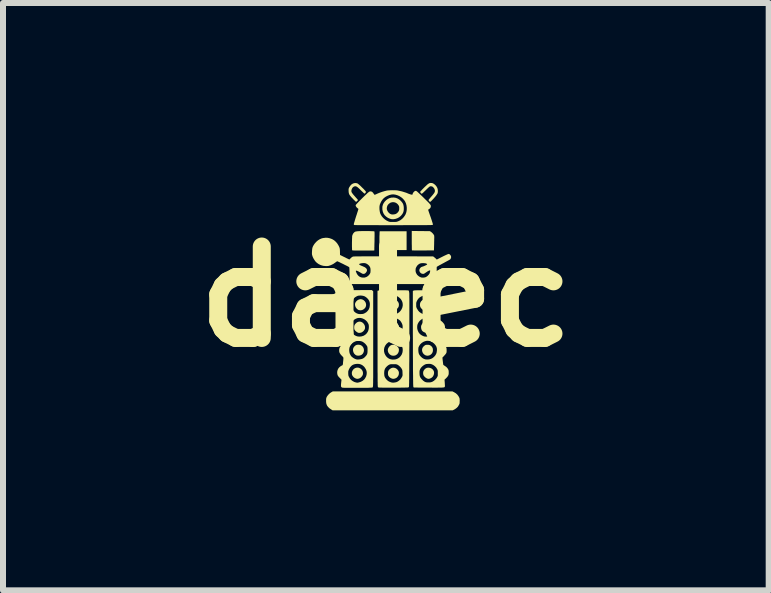
<source format=kicad_pcb>
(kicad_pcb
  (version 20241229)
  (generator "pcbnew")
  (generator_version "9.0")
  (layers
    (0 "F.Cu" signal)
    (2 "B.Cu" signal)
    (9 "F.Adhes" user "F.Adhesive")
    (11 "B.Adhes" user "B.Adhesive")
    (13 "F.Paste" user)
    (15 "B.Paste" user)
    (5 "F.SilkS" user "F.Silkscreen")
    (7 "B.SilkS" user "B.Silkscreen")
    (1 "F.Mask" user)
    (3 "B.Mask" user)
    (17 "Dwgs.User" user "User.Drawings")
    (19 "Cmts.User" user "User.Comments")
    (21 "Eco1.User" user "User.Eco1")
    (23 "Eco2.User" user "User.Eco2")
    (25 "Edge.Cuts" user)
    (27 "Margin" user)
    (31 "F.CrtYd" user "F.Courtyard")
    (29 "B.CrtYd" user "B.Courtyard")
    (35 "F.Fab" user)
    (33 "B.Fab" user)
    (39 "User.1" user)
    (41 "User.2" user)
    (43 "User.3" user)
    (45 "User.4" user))
  (footprint "dalec"
    (layer "F.Cu")
    (at 3.382 1.894)
    (property "Reference" "dalec" (at 0 0 0) (layer "F.SilkS") (effects (font (size 1.524 1.524) (thickness 0.3))))
    (attr board_only exclude_from_pos_files exclude_from_bom)
    (fp_poly (pts (xy -0.449 1.187) (xy -0.427 1.197) (xy -0.409 1.211) (xy -0.394 1.23) (xy -0.385 1.25) (xy -0.381 1.272) (xy -0.382 1.295) (xy -0.389 1.314) (xy -0.401 1.332) (xy -0.417 1.349) (xy -0.435 1.361) (xy -0.447 1.366) (xy -0.464 1.37) (xy -0.478 1.371) (xy -0.493 1.368) (xy -0.5 1.366) (xy -0.517 1.358) (xy -0.534 1.346) (xy -0.549 1.33) (xy -0.559 1.314) (xy -0.563 1.307) (xy -0.567 1.283) (xy -0.566 1.26) (xy -0.558 1.238) (xy -0.546 1.219) (xy -0.53 1.203) (xy -0.511 1.192) (xy -0.489 1.185) (xy -0.466 1.184)) (stroke (width 0) (type solid)) (fill yes) (layer "F.SilkS"))
    (fp_poly (pts (xy 0.145 0.805) (xy 0.163 0.812) (xy 0.181 0.823) (xy 0.19 0.831) (xy 0.205 0.847) (xy 0.213 0.861) (xy 0.217 0.877) (xy 0.218 0.888) (xy 0.215 0.915) (xy 0.206 0.938) (xy 0.192 0.958) (xy 0.173 0.973) (xy 0.167 0.977) (xy 0.146 0.984) (xy 0.123 0.986) (xy 0.101 0.983) (xy 0.087 0.978) (xy 0.065 0.964) (xy 0.048 0.944) (xy 0.04 0.929) (xy 0.033 0.906) (xy 0.033 0.883) (xy 0.04 0.86) (xy 0.053 0.839) (xy 0.06 0.831) (xy 0.078 0.815) (xy 0.096 0.806) (xy 0.117 0.803) (xy 0.123 0.803)) (stroke (width 0) (type solid)) (fill yes) (layer "F.SilkS"))
    (fp_poly (pts (xy -0.437 0.804) (xy -0.418 0.81) (xy -0.401 0.82) (xy -0.395 0.825) (xy -0.38 0.843) (xy -0.37 0.864) (xy -0.365 0.887) (xy -0.366 0.91) (xy -0.373 0.932) (xy -0.384 0.952) (xy -0.401 0.968) (xy -0.409 0.973) (xy -0.422 0.979) (xy -0.439 0.983) (xy -0.458 0.985) (xy -0.475 0.984) (xy -0.486 0.982) (xy -0.495 0.978) (xy -0.506 0.972) (xy -0.509 0.969) (xy -0.527 0.952) (xy -0.539 0.931) (xy -0.546 0.908) (xy -0.548 0.885) (xy -0.544 0.862) (xy -0.533 0.841) (xy -0.528 0.835) (xy -0.51 0.817) (xy -0.489 0.806) (xy -0.466 0.802) (xy -0.461 0.802)) (stroke (width 0) (type solid)) (fill yes) (layer "F.SilkS"))
    (fp_poly (pts (xy -0.411 0.044) (xy -0.388 0.05) (xy -0.367 0.062) (xy -0.35 0.079) (xy -0.338 0.098) (xy -0.334 0.108) (xy -0.329 0.134) (xy -0.331 0.158) (xy -0.34 0.18) (xy -0.351 0.195) (xy -0.371 0.212) (xy -0.394 0.224) (xy -0.419 0.229) (xy -0.445 0.226) (xy -0.453 0.224) (xy -0.464 0.219) (xy -0.476 0.209) (xy -0.489 0.197) (xy -0.499 0.183) (xy -0.505 0.173) (xy -0.509 0.161) (xy -0.513 0.146) (xy -0.514 0.138) (xy -0.514 0.124) (xy -0.512 0.113) (xy -0.507 0.101) (xy -0.505 0.096) (xy -0.491 0.077) (xy -0.473 0.061) (xy -0.452 0.05) (xy -0.43 0.044)) (stroke (width 0) (type solid)) (fill yes) (layer "F.SilkS"))
    (fp_poly (pts (xy 0.143 0.421) (xy 0.165 0.429) (xy 0.185 0.444) (xy 0.192 0.451) (xy 0.208 0.473) (xy 0.216 0.495) (xy 0.218 0.518) (xy 0.212 0.541) (xy 0.209 0.549) (xy 0.2 0.563) (xy 0.187 0.578) (xy 0.172 0.591) (xy 0.157 0.601) (xy 0.153 0.602) (xy 0.135 0.606) (xy 0.116 0.606) (xy 0.101 0.603) (xy 0.088 0.596) (xy 0.073 0.586) (xy 0.058 0.573) (xy 0.047 0.56) (xy 0.045 0.558) (xy 0.036 0.539) (xy 0.033 0.518) (xy 0.035 0.497) (xy 0.042 0.476) (xy 0.054 0.456) (xy 0.07 0.44) (xy 0.09 0.427) (xy 0.096 0.425) (xy 0.12 0.419)) (stroke (width 0) (type solid)) (fill yes) (layer "F.SilkS"))
    (fp_poly (pts (xy 0.146 1.188) (xy 0.168 1.196) (xy 0.187 1.21) (xy 0.202 1.227) (xy 0.213 1.246) (xy 0.218 1.268) (xy 0.218 1.27) (xy 0.216 1.296) (xy 0.208 1.319) (xy 0.194 1.339) (xy 0.177 1.355) (xy 0.155 1.365) (xy 0.153 1.366) (xy 0.134 1.37) (xy 0.118 1.371) (xy 0.102 1.367) (xy 0.094 1.364) (xy 0.074 1.354) (xy 0.057 1.34) (xy 0.045 1.324) (xy 0.041 1.317) (xy 0.036 1.299) (xy 0.035 1.279) (xy 0.036 1.26) (xy 0.04 1.243) (xy 0.042 1.238) (xy 0.055 1.219) (xy 0.072 1.204) (xy 0.092 1.192) (xy 0.112 1.186) (xy 0.123 1.185)) (stroke (width 0) (type solid)) (fill yes) (layer "F.SilkS"))
    (fp_poly (pts (xy 0.708 0.424) (xy 0.731 0.438) (xy 0.749 0.456) (xy 0.761 0.477) (xy 0.767 0.502) (xy 0.768 0.512) (xy 0.765 0.538) (xy 0.757 0.559) (xy 0.743 0.577) (xy 0.722 0.591) (xy 0.721 0.591) (xy 0.71 0.596) (xy 0.698 0.599) (xy 0.684 0.6) (xy 0.676 0.6) (xy 0.661 0.6) (xy 0.65 0.598) (xy 0.64 0.595) (xy 0.629 0.589) (xy 0.61 0.575) (xy 0.597 0.557) (xy 0.59 0.535) (xy 0.588 0.523) (xy 0.587 0.5) (xy 0.591 0.48) (xy 0.6 0.463) (xy 0.605 0.456) (xy 0.622 0.439) (xy 0.643 0.426) (xy 0.664 0.419) (xy 0.687 0.419)) (stroke (width 0) (type solid)) (fill yes) (layer "F.SilkS"))
    (fp_poly (pts (xy 0.71 0.804) (xy 0.722 0.806) (xy 0.732 0.809) (xy 0.74 0.813) (xy 0.76 0.828) (xy 0.774 0.846) (xy 0.783 0.868) (xy 0.785 0.893) (xy 0.782 0.919) (xy 0.78 0.925) (xy 0.77 0.946) (xy 0.754 0.963) (xy 0.736 0.976) (xy 0.714 0.983) (xy 0.692 0.986) (xy 0.67 0.982) (xy 0.657 0.977) (xy 0.635 0.962) (xy 0.618 0.942) (xy 0.608 0.919) (xy 0.604 0.902) (xy 0.604 0.879) (xy 0.61 0.857) (xy 0.623 0.837) (xy 0.642 0.819) (xy 0.65 0.814) (xy 0.659 0.808) (xy 0.667 0.805) (xy 0.678 0.804) (xy 0.693 0.804) (xy 0.694 0.804)) (stroke (width 0) (type solid)) (fill yes) (layer "F.SilkS"))
    (fp_poly (pts (xy 0.346 -0.776) (xy 0.21 -0.776) (xy 0.175 -0.776) (xy 0.138 -0.777) (xy 0.1 -0.777) (xy 0.064 -0.777) (xy 0.032 -0.777) (xy 0.003 -0.778) (xy -0.013 -0.778) (xy -0.04 -0.778) (xy -0.061 -0.778) (xy -0.076 -0.779) (xy -0.087 -0.78) (xy -0.095 -0.781) (xy -0.099 -0.782) (xy -0.102 -0.784) (xy -0.103 -0.785) (xy -0.104 -0.79) (xy -0.105 -0.801) (xy -0.106 -0.817) (xy -0.106 -0.838) (xy -0.107 -0.862) (xy -0.107 -0.888) (xy -0.107 -0.916) (xy -0.107 -0.944) (xy -0.107 -0.972) (xy -0.107 -0.998) (xy -0.106 -1.022) (xy -0.105 -1.043) (xy -0.105 -1.054) (xy -0.103 -1.089) (xy 0.346 -1.089)) (stroke (width 0) (type solid)) (fill yes) (layer "F.SilkS"))
    (fp_poly (pts (xy 0.708 1.185) (xy 0.735 1.188) (xy 0.758 1.197) (xy 0.778 1.211) (xy 0.778 1.212) (xy 0.794 1.232) (xy 0.803 1.254) (xy 0.804 1.277) (xy 0.799 1.302) (xy 0.793 1.316) (xy 0.781 1.336) (xy 0.765 1.351) (xy 0.745 1.362) (xy 0.739 1.365) (xy 0.722 1.37) (xy 0.707 1.371) (xy 0.691 1.367) (xy 0.686 1.365) (xy 0.671 1.357) (xy 0.655 1.345) (xy 0.641 1.331) (xy 0.631 1.317) (xy 0.628 1.313) (xy 0.623 1.295) (xy 0.621 1.275) (xy 0.623 1.255) (xy 0.628 1.239) (xy 0.629 1.237) (xy 0.644 1.215) (xy 0.662 1.199) (xy 0.683 1.188) (xy 0.706 1.185)) (stroke (width 0) (type solid)) (fill yes) (layer "F.SilkS"))
    (fp_poly (pts (xy -0.41 0.422) (xy -0.391 0.432) (xy -0.375 0.446) (xy -0.362 0.463) (xy -0.352 0.483) (xy -0.347 0.504) (xy -0.347 0.527) (xy -0.35 0.538) (xy -0.356 0.552) (xy -0.367 0.568) (xy -0.381 0.582) (xy -0.396 0.593) (xy -0.401 0.596) (xy -0.418 0.602) (xy -0.436 0.605) (xy -0.452 0.605) (xy -0.457 0.604) (xy -0.476 0.596) (xy -0.494 0.583) (xy -0.51 0.569) (xy -0.521 0.553) (xy -0.524 0.548) (xy -0.527 0.533) (xy -0.528 0.515) (xy -0.527 0.495) (xy -0.523 0.478) (xy -0.523 0.478) (xy -0.514 0.462) (xy -0.5 0.446) (xy -0.483 0.431) (xy -0.471 0.425) (xy -0.451 0.418) (xy -0.43 0.417)) (stroke (width 0) (type solid)) (fill yes) (layer "F.SilkS"))
    (fp_poly (pts (xy 0.151 0.049) (xy 0.167 0.057) (xy 0.189 0.071) (xy 0.205 0.09) (xy 0.215 0.112) (xy 0.218 0.136) (xy 0.215 0.162) (xy 0.214 0.164) (xy 0.208 0.178) (xy 0.197 0.193) (xy 0.184 0.207) (xy 0.169 0.218) (xy 0.163 0.222) (xy 0.148 0.226) (xy 0.131 0.228) (xy 0.113 0.228) (xy 0.097 0.226) (xy 0.091 0.224) (xy 0.073 0.213) (xy 0.056 0.196) (xy 0.045 0.183) (xy 0.039 0.173) (xy 0.036 0.165) (xy 0.035 0.156) (xy 0.034 0.143) (xy 0.034 0.139) (xy 0.037 0.114) (xy 0.045 0.092) (xy 0.059 0.074) (xy 0.079 0.059) (xy 0.092 0.052) (xy 0.111 0.045) (xy 0.13 0.044)) (stroke (width 0) (type solid)) (fill yes) (layer "F.SilkS"))
    (fp_poly (pts (xy 0.677 0.046) (xy 0.691 0.049) (xy 0.705 0.057) (xy 0.72 0.068) (xy 0.724 0.072) (xy 0.736 0.086) (xy 0.744 0.099) (xy 0.749 0.115) (xy 0.75 0.135) (xy 0.75 0.139) (xy 0.75 0.154) (xy 0.749 0.164) (xy 0.746 0.173) (xy 0.74 0.182) (xy 0.738 0.184) (xy 0.729 0.196) (xy 0.716 0.209) (xy 0.709 0.214) (xy 0.699 0.221) (xy 0.69 0.225) (xy 0.68 0.227) (xy 0.666 0.228) (xy 0.664 0.228) (xy 0.649 0.228) (xy 0.638 0.227) (xy 0.628 0.224) (xy 0.619 0.22) (xy 0.598 0.205) (xy 0.582 0.187) (xy 0.572 0.165) (xy 0.568 0.142) (xy 0.57 0.118) (xy 0.576 0.098) (xy 0.59 0.076) (xy 0.608 0.06) (xy 0.63 0.049) (xy 0.655 0.045) (xy 0.659 0.045)) (stroke (width 0) (type solid)) (fill yes) (layer "F.SilkS"))
    (fp_poly (pts (xy 0.582 -1.092) (xy 0.732 -1.091) (xy 0.749 -1.082) (xy 0.761 -1.073) (xy 0.774 -1.061) (xy 0.787 -1.047) (xy 0.797 -1.033) (xy 0.804 -1.02) (xy 0.806 -1.015) (xy 0.806 -1.009) (xy 0.807 -0.996) (xy 0.807 -0.978) (xy 0.806 -0.956) (xy 0.806 -0.931) (xy 0.805 -0.903) (xy 0.805 -0.886) (xy 0.802 -0.77) (xy 0.619 -0.769) (xy 0.584 -0.769) (xy 0.55 -0.769) (xy 0.52 -0.769) (xy 0.493 -0.769) (xy 0.471 -0.769) (xy 0.453 -0.77) (xy 0.441 -0.77) (xy 0.435 -0.771) (xy 0.434 -0.771) (xy 0.434 -0.775) (xy 0.434 -0.785) (xy 0.433 -0.801) (xy 0.433 -0.822) (xy 0.433 -0.846) (xy 0.432 -0.874) (xy 0.432 -0.903) (xy 0.432 -0.935) (xy 0.432 -0.967) (xy 0.432 -0.998) (xy 0.432 -1.029) (xy 0.432 -1.058) (xy 0.432 -1.066) (xy 0.432 -1.094)) (stroke (width 0) (type solid)) (fill yes) (layer "F.SilkS"))
    (fp_poly (pts (xy 1.137 1.594) (xy 1.167 1.612) (xy 1.192 1.635) (xy 1.212 1.662) (xy 1.218 1.674) (xy 1.224 1.685) (xy 1.227 1.693) (xy 1.229 1.702) (xy 1.23 1.713) (xy 1.231 1.728) (xy 1.231 1.739) (xy 1.23 1.757) (xy 1.23 1.77) (xy 1.229 1.78) (xy 1.226 1.789) (xy 1.222 1.799) (xy 1.217 1.808) (xy 1.201 1.835) (xy 1.179 1.857) (xy 1.152 1.877) (xy 1.14 1.883) (xy 1.115 1.896) (xy 0.114 1.896) (xy -0.888 1.896) (xy -0.909 1.883) (xy -0.939 1.863) (xy -0.963 1.84) (xy -0.981 1.815) (xy -0.991 1.789) (xy -0.994 1.773) (xy -0.996 1.754) (xy -0.996 1.733) (xy -0.996 1.713) (xy -0.994 1.697) (xy -0.993 1.691) (xy -0.984 1.67) (xy -0.97 1.649) (xy -0.952 1.628) (xy -0.931 1.609) (xy -0.909 1.594) (xy -0.906 1.593) (xy -0.885 1.581) (xy 0.112 1.581) (xy 1.109 1.58)) (stroke (width 0) (type solid)) (fill yes) (layer "F.SilkS"))
    (fp_poly (pts (xy -0.312 -1.092) (xy -0.279 -1.092) (xy -0.252 -1.091) (xy -0.232 -1.09) (xy -0.216 -1.09) (xy -0.205 -1.089) (xy -0.197 -1.088) (xy -0.193 -1.087) (xy -0.191 -1.085) (xy -0.19 -1.083) (xy -0.189 -1.079) (xy -0.189 -1.071) (xy -0.188 -1.061) (xy -0.188 -1.046) (xy -0.188 -1.026) (xy -0.188 -1.002) (xy -0.189 -0.972) (xy -0.189 -0.935) (xy -0.189 -0.925) (xy -0.19 -0.892) (xy -0.191 -0.862) (xy -0.191 -0.835) (xy -0.192 -0.811) (xy -0.192 -0.792) (xy -0.192 -0.778) (xy -0.193 -0.77) (xy -0.193 -0.769) (xy -0.196 -0.769) (xy -0.206 -0.768) (xy -0.222 -0.768) (xy -0.243 -0.768) (xy -0.268 -0.768) (xy -0.297 -0.768) (xy -0.33 -0.768) (xy -0.365 -0.768) (xy -0.376 -0.768) (xy -0.417 -0.768) (xy -0.452 -0.768) (xy -0.48 -0.768) (xy -0.503 -0.768) (xy -0.522 -0.768) (xy -0.536 -0.769) (xy -0.546 -0.769) (xy -0.553 -0.77) (xy -0.558 -0.771) (xy -0.561 -0.772) (xy -0.562 -0.773) (xy -0.562 -0.774) (xy -0.563 -0.78) (xy -0.564 -0.792) (xy -0.564 -0.808) (xy -0.565 -0.829) (xy -0.565 -0.853) (xy -0.565 -0.878) (xy -0.565 -0.904) (xy -0.564 -0.929) (xy -0.564 -0.953) (xy -0.563 -0.975) (xy -0.562 -0.992) (xy -0.562 -1.005) (xy -0.561 -1.013) (xy -0.553 -1.035) (xy -0.542 -1.055) (xy -0.527 -1.071) (xy -0.514 -1.081) (xy -0.503 -1.084) (xy -0.486 -1.087) (xy -0.463 -1.09) (xy -0.433 -1.091) (xy -0.397 -1.092) (xy -0.355 -1.092)) (stroke (width 0) (type solid)) (fill yes) (layer "F.SilkS"))
    (fp_poly (pts (xy 0.166 -1.646) (xy 0.197 -1.634) (xy 0.226 -1.616) (xy 0.25 -1.595) (xy 0.269 -1.573) (xy 0.283 -1.552) (xy 0.292 -1.53) (xy 0.297 -1.505) (xy 0.299 -1.482) (xy 0.299 -1.449) (xy 0.295 -1.421) (xy 0.286 -1.395) (xy 0.272 -1.372) (xy 0.252 -1.348) (xy 0.248 -1.344) (xy 0.223 -1.323) (xy 0.194 -1.307) (xy 0.163 -1.296) (xy 0.131 -1.29) (xy 0.1 -1.29) (xy 0.07 -1.297) (xy 0.07 -1.297) (xy 0.035 -1.312) (xy 0.005 -1.333) (xy -0.02 -1.357) (xy -0.039 -1.386) (xy -0.051 -1.417) (xy -0.058 -1.452) (xy -0.058 -1.479) (xy 0.016 -1.479) (xy 0.016 -1.458) (xy 0.023 -1.436) (xy 0.035 -1.414) (xy 0.05 -1.396) (xy 0.068 -1.381) (xy 0.088 -1.372) (xy 0.091 -1.371) (xy 0.105 -1.369) (xy 0.122 -1.369) (xy 0.141 -1.371) (xy 0.158 -1.375) (xy 0.168 -1.379) (xy 0.187 -1.391) (xy 0.204 -1.409) (xy 0.215 -1.426) (xy 0.219 -1.436) (xy 0.222 -1.447) (xy 0.223 -1.461) (xy 0.223 -1.471) (xy 0.223 -1.487) (xy 0.222 -1.498) (xy 0.219 -1.507) (xy 0.215 -1.516) (xy 0.214 -1.518) (xy 0.197 -1.541) (xy 0.176 -1.558) (xy 0.154 -1.569) (xy 0.129 -1.574) (xy 0.104 -1.573) (xy 0.079 -1.566) (xy 0.07 -1.561) (xy 0.047 -1.544) (xy 0.03 -1.524) (xy 0.02 -1.499) (xy 0.016 -1.479) (xy -0.058 -1.479) (xy -0.058 -1.49) (xy -0.057 -1.503) (xy -0.049 -1.532) (xy -0.036 -1.559) (xy -0.017 -1.585) (xy 0.006 -1.608) (xy 0.032 -1.627) (xy 0.06 -1.641) (xy 0.089 -1.649) (xy 0.096 -1.65) (xy 0.133 -1.651)) (stroke (width 0) (type solid)) (fill yes) (layer "F.SilkS"))
    (fp_poly (pts (xy -0.484 -1.89) (xy -0.473 -1.886) (xy -0.465 -1.881) (xy -0.454 -1.872) (xy -0.44 -1.86) (xy -0.424 -1.846) (xy -0.408 -1.83) (xy -0.391 -1.813) (xy -0.374 -1.797) (xy -0.36 -1.782) (xy -0.347 -1.768) (xy -0.338 -1.757) (xy -0.333 -1.749) (xy -0.332 -1.747) (xy -0.335 -1.736) (xy -0.342 -1.725) (xy -0.351 -1.717) (xy -0.351 -1.717) (xy -0.354 -1.717) (xy -0.357 -1.718) (xy -0.363 -1.721) (xy -0.37 -1.727) (xy -0.38 -1.737) (xy -0.394 -1.75) (xy -0.413 -1.768) (xy -0.418 -1.773) (xy -0.438 -1.793) (xy -0.454 -1.808) (xy -0.467 -1.819) (xy -0.477 -1.827) (xy -0.485 -1.832) (xy -0.491 -1.835) (xy -0.491 -1.835) (xy -0.506 -1.839) (xy -0.517 -1.838) (xy -0.529 -1.835) (xy -0.535 -1.832) (xy -0.549 -1.822) (xy -0.56 -1.808) (xy -0.569 -1.79) (xy -0.574 -1.77) (xy -0.574 -1.752) (xy -0.572 -1.743) (xy -0.566 -1.732) (xy -0.555 -1.716) (xy -0.54 -1.697) (xy -0.519 -1.673) (xy -0.498 -1.649) (xy -0.486 -1.636) (xy -0.476 -1.624) (xy -0.468 -1.615) (xy -0.465 -1.61) (xy -0.464 -1.609) (xy -0.467 -1.606) (xy -0.473 -1.599) (xy -0.481 -1.591) (xy -0.489 -1.584) (xy -0.495 -1.58) (xy -0.497 -1.579) (xy -0.5 -1.581) (xy -0.507 -1.588) (xy -0.518 -1.598) (xy -0.531 -1.611) (xy -0.546 -1.626) (xy -0.547 -1.628) (xy -0.569 -1.65) (xy -0.585 -1.669) (xy -0.598 -1.685) (xy -0.608 -1.7) (xy -0.614 -1.714) (xy -0.618 -1.729) (xy -0.62 -1.745) (xy -0.621 -1.76) (xy -0.621 -1.777) (xy -0.621 -1.789) (xy -0.62 -1.798) (xy -0.617 -1.806) (xy -0.613 -1.816) (xy -0.611 -1.82) (xy -0.595 -1.845) (xy -0.577 -1.866) (xy -0.555 -1.881) (xy -0.532 -1.89) (xy -0.508 -1.893)) (stroke (width 0) (type solid)) (fill yes) (layer "F.SilkS"))
    (fp_poly (pts (xy 0.77 -1.893) (xy 0.787 -1.887) (xy 0.803 -1.877) (xy 0.822 -1.862) (xy 0.825 -1.859) (xy 0.845 -1.835) (xy 0.859 -1.809) (xy 0.866 -1.78) (xy 0.867 -1.748) (xy 0.866 -1.744) (xy 0.865 -1.732) (xy 0.862 -1.722) (xy 0.857 -1.712) (xy 0.849 -1.7) (xy 0.843 -1.69) (xy 0.835 -1.68) (xy 0.825 -1.667) (xy 0.812 -1.652) (xy 0.798 -1.636) (xy 0.784 -1.621) (xy 0.77 -1.607) (xy 0.758 -1.594) (xy 0.748 -1.585) (xy 0.742 -1.58) (xy 0.74 -1.58) (xy 0.735 -1.581) (xy 0.73 -1.583) (xy 0.723 -1.588) (xy 0.717 -1.597) (xy 0.716 -1.598) (xy 0.714 -1.602) (xy 0.712 -1.606) (xy 0.712 -1.609) (xy 0.714 -1.614) (xy 0.717 -1.62) (xy 0.724 -1.628) (xy 0.734 -1.639) (xy 0.747 -1.655) (xy 0.763 -1.673) (xy 0.782 -1.695) (xy 0.796 -1.713) (xy 0.807 -1.728) (xy 0.813 -1.74) (xy 0.817 -1.752) (xy 0.818 -1.763) (xy 0.818 -1.763) (xy 0.815 -1.783) (xy 0.806 -1.802) (xy 0.793 -1.819) (xy 0.778 -1.832) (xy 0.775 -1.834) (xy 0.761 -1.838) (xy 0.745 -1.839) (xy 0.732 -1.835) (xy 0.729 -1.833) (xy 0.724 -1.829) (xy 0.714 -1.821) (xy 0.702 -1.809) (xy 0.686 -1.795) (xy 0.67 -1.778) (xy 0.662 -1.771) (xy 0.645 -1.755) (xy 0.63 -1.74) (xy 0.617 -1.728) (xy 0.607 -1.72) (xy 0.601 -1.715) (xy 0.599 -1.714) (xy 0.593 -1.717) (xy 0.585 -1.724) (xy 0.578 -1.732) (xy 0.573 -1.74) (xy 0.572 -1.744) (xy 0.574 -1.749) (xy 0.581 -1.758) (xy 0.592 -1.769) (xy 0.605 -1.784) (xy 0.62 -1.799) (xy 0.637 -1.816) (xy 0.653 -1.832) (xy 0.67 -1.847) (xy 0.684 -1.861) (xy 0.697 -1.872) (xy 0.707 -1.879) (xy 0.708 -1.88) (xy 0.721 -1.888) (xy 0.73 -1.892) (xy 0.741 -1.894) (xy 0.751 -1.894)) (stroke (width 0) (type solid)) (fill yes) (layer "F.SilkS"))
    (fp_poly (pts (xy 0.131 -1.772) (xy 0.156 -1.772) (xy 0.178 -1.771) (xy 0.195 -1.769) (xy 0.2 -1.768) (xy 0.269 -1.753) (xy 0.339 -1.731) (xy 0.38 -1.714) (xy 0.397 -1.708) (xy 0.412 -1.703) (xy 0.425 -1.7) (xy 0.43 -1.699) (xy 0.439 -1.699) (xy 0.444 -1.701) (xy 0.446 -1.707) (xy 0.447 -1.714) (xy 0.453 -1.727) (xy 0.463 -1.741) (xy 0.475 -1.753) (xy 0.487 -1.761) (xy 0.493 -1.762) (xy 0.5 -1.763) (xy 0.507 -1.761) (xy 0.515 -1.755) (xy 0.52 -1.752) (xy 0.53 -1.743) (xy 0.543 -1.731) (xy 0.56 -1.715) (xy 0.579 -1.697) (xy 0.6 -1.677) (xy 0.622 -1.656) (xy 0.643 -1.635) (xy 0.664 -1.614) (xy 0.684 -1.595) (xy 0.701 -1.578) (xy 0.716 -1.563) (xy 0.726 -1.551) (xy 0.732 -1.545) (xy 0.741 -1.533) (xy 0.747 -1.524) (xy 0.749 -1.516) (xy 0.75 -1.507) (xy 0.75 -1.507) (xy 0.747 -1.489) (xy 0.738 -1.473) (xy 0.725 -1.462) (xy 0.725 -1.461) (xy 0.717 -1.457) (xy 0.712 -1.454) (xy 0.708 -1.45) (xy 0.707 -1.444) (xy 0.708 -1.436) (xy 0.712 -1.425) (xy 0.717 -1.409) (xy 0.725 -1.387) (xy 0.725 -1.386) (xy 0.739 -1.346) (xy 0.751 -1.313) (xy 0.76 -1.285) (xy 0.768 -1.262) (xy 0.773 -1.244) (xy 0.778 -1.23) (xy 0.781 -1.22) (xy 0.782 -1.212) (xy 0.783 -1.208) (xy 0.784 -1.195) (xy 0.743 -1.192) (xy 0.736 -1.192) (xy 0.722 -1.192) (xy 0.701 -1.192) (xy 0.675 -1.191) (xy 0.644 -1.191) (xy 0.608 -1.191) (xy 0.568 -1.191) (xy 0.523 -1.191) (xy 0.476 -1.191) (xy 0.425 -1.191) (xy 0.372 -1.191) (xy 0.316 -1.191) (xy 0.259 -1.19) (xy 0.201 -1.19) (xy 0.142 -1.19) (xy 0.083 -1.19) (xy 0.025 -1.19) (xy -0.033 -1.19) (xy -0.09 -1.19) (xy -0.145 -1.191) (xy -0.198 -1.191) (xy -0.249 -1.191) (xy -0.297 -1.191) (xy -0.341 -1.191) (xy -0.381 -1.191) (xy -0.417 -1.191) (xy -0.448 -1.191) (xy -0.473 -1.191) (xy -0.493 -1.192) (xy -0.507 -1.192) (xy -0.513 -1.192) (xy -0.525 -1.193) (xy -0.531 -1.196) (xy -0.534 -1.2) (xy -0.534 -1.203) (xy -0.534 -1.207) (xy -0.533 -1.214) (xy -0.531 -1.223) (xy -0.527 -1.236) (xy -0.522 -1.252) (xy -0.516 -1.273) (xy -0.508 -1.299) (xy -0.498 -1.331) (xy -0.486 -1.368) (xy -0.485 -1.369) (xy -0.478 -1.393) (xy -0.471 -1.414) (xy -0.465 -1.433) (xy -0.461 -1.447) (xy -0.458 -1.457) (xy -0.457 -1.46) (xy -0.46 -1.464) (xy -0.467 -1.47) (xy -0.474 -1.475) (xy -0.478 -1.479) (xy -0.107 -1.479) (xy -0.106 -1.45) (xy -0.102 -1.422) (xy -0.097 -1.396) (xy -0.089 -1.375) (xy -0.087 -1.371) (xy -0.068 -1.339) (xy -0.044 -1.311) (xy -0.016 -1.286) (xy 0.014 -1.266) (xy 0.017 -1.265) (xy 0.033 -1.257) (xy 0.047 -1.251) (xy 0.059 -1.247) (xy 0.073 -1.245) (xy 0.089 -1.244) (xy 0.109 -1.244) (xy 0.127 -1.244) (xy 0.148 -1.244) (xy 0.164 -1.245) (xy 0.175 -1.246) (xy 0.185 -1.248) (xy 0.194 -1.251) (xy 0.204 -1.255) (xy 0.205 -1.255) (xy 0.242 -1.273) (xy 0.273 -1.297) (xy 0.3 -1.326) (xy 0.323 -1.36) (xy 0.331 -1.377) (xy 0.342 -1.408) (xy 0.348 -1.443) (xy 0.349 -1.479) (xy 0.345 -1.516) (xy 0.336 -1.551) (xy 0.322 -1.583) (xy 0.309 -1.603) (xy 0.285 -1.631) (xy 0.257 -1.655) (xy 0.225 -1.675) (xy 0.191 -1.69) (xy 0.156 -1.7) (xy 0.122 -1.704) (xy 0.12 -1.704) (xy 0.09 -1.701) (xy 0.059 -1.693) (xy 0.027 -1.68) (xy -0.003 -1.664) (xy -0.029 -1.645) (xy -0.04 -1.635) (xy -0.058 -1.614) (xy -0.075 -1.589) (xy -0.089 -1.561) (xy -0.1 -1.534) (xy -0.102 -1.527) (xy -0.106 -1.505) (xy -0.107 -1.479) (xy -0.478 -1.479) (xy -0.486 -1.486) (xy -0.496 -1.5) (xy -0.497 -1.502) (xy -0.502 -1.512) (xy -0.503 -1.519) (xy -0.501 -1.527) (xy -0.5 -1.528) (xy -0.497 -1.533) (xy -0.489 -1.542) (xy -0.477 -1.555) (xy -0.462 -1.571) (xy -0.444 -1.59) (xy -0.424 -1.61) (xy -0.408 -1.626) (xy -0.379 -1.655) (xy -0.354 -1.679) (xy -0.334 -1.698) (xy -0.317 -1.714) (xy -0.304 -1.727) (xy -0.293 -1.736) (xy -0.284 -1.743) (xy -0.277 -1.748) (xy -0.271 -1.751) (xy -0.265 -1.753) (xy -0.26 -1.753) (xy -0.255 -1.754) (xy -0.24 -1.751) (xy -0.227 -1.744) (xy -0.214 -1.731) (xy -0.205 -1.718) (xy -0.198 -1.708) (xy -0.191 -1.7) (xy -0.187 -1.696) (xy -0.187 -1.696) (xy -0.181 -1.698) (xy -0.172 -1.702) (xy -0.164 -1.705) (xy -0.134 -1.719) (xy -0.099 -1.733) (xy -0.062 -1.746) (xy -0.025 -1.757) (xy 0.01 -1.766) (xy 0.021 -1.768) (xy 0.036 -1.77) (xy 0.056 -1.771) (xy 0.079 -1.772) (xy 0.105 -1.773)) (stroke (width 0) (type solid)) (fill yes) (layer "F.SilkS"))
    (fp_poly (pts (xy 0.177 -0.105) (xy 0.219 -0.105) (xy 0.254 -0.105) (xy 0.284 -0.105) (xy 0.308 -0.105) (xy 0.328 -0.105) (xy 0.344 -0.104) (xy 0.356 -0.104) (xy 0.365 -0.103) (xy 0.372 -0.102) (xy 0.376 -0.102) (xy 0.379 -0.101) (xy 0.381 -0.099) (xy 0.381 -0.099) (xy 0.384 -0.093) (xy 0.387 -0.081) (xy 0.39 -0.062) (xy 0.39 -0.058) (xy 0.391 -0.051) (xy 0.391 -0.036) (xy 0.391 -0.016) (xy 0.391 0.01) (xy 0.392 0.042) (xy 0.392 0.078) (xy 0.392 0.119) (xy 0.392 0.164) (xy 0.392 0.213) (xy 0.392 0.266) (xy 0.392 0.321) (xy 0.392 0.379) (xy 0.392 0.439) (xy 0.392 0.501) (xy 0.392 0.564) (xy 0.392 0.628) (xy 0.392 0.693) (xy 0.392 0.757) (xy 0.392 0.822) (xy 0.391 0.886) (xy 0.391 0.949) (xy 0.391 1.011) (xy 0.391 1.071) (xy 0.39 1.128) (xy 0.39 1.183) (xy 0.39 1.235) (xy 0.389 1.284) (xy 0.389 1.329) (xy 0.389 1.369) (xy 0.388 1.405) (xy 0.388 1.436) (xy 0.387 1.462) (xy 0.387 1.482) (xy 0.386 1.495) (xy 0.386 1.502) (xy 0.386 1.503) (xy 0.38 1.511) (xy 0.375 1.514) (xy 0.37 1.515) (xy 0.358 1.516) (xy 0.339 1.516) (xy 0.313 1.517) (xy 0.28 1.517) (xy 0.241 1.518) (xy 0.195 1.518) (xy 0.142 1.518) (xy 0.122 1.518) (xy 0.074 1.518) (xy 0.033 1.518) (xy -0.002 1.518) (xy -0.031 1.518) (xy -0.056 1.518) (xy -0.076 1.517) (xy -0.091 1.517) (xy -0.104 1.517) (xy -0.113 1.516) (xy -0.119 1.515) (xy -0.124 1.514) (xy -0.127 1.513) (xy -0.129 1.512) (xy -0.13 1.511) (xy -0.131 1.51) (xy -0.131 1.509) (xy -0.132 1.508) (xy -0.133 1.506) (xy -0.133 1.503) (xy -0.134 1.499) (xy -0.134 1.493) (xy -0.135 1.486) (xy -0.135 1.476) (xy -0.136 1.464) (xy -0.136 1.45) (xy -0.136 1.432) (xy -0.137 1.412) (xy -0.137 1.388) (xy -0.137 1.36) (xy -0.137 1.328) (xy -0.137 1.292) (xy -0.137 1.288) (xy -0.028 1.288) (xy -0.027 1.293) (xy -0.026 1.31) (xy -0.024 1.323) (xy -0.02 1.335) (xy -0.015 1.347) (xy -0.014 1.349) (xy -0.002 1.367) (xy 0.013 1.385) (xy 0.03 1.401) (xy 0.047 1.413) (xy 0.048 1.413) (xy 0.057 1.418) (xy 0.07 1.423) (xy 0.082 1.428) (xy 0.096 1.432) (xy 0.109 1.434) (xy 0.123 1.435) (xy 0.132 1.434) (xy 0.148 1.432) (xy 0.165 1.429) (xy 0.177 1.426) (xy 0.2 1.415) (xy 0.222 1.399) (xy 0.243 1.379) (xy 0.26 1.355) (xy 0.27 1.337) (xy 0.274 1.329) (xy 0.277 1.321) (xy 0.278 1.312) (xy 0.279 1.302) (xy 0.278 1.287) (xy 0.278 1.272) (xy 0.277 1.252) (xy 0.276 1.237) (xy 0.274 1.226) (xy 0.271 1.218) (xy 0.268 1.211) (xy 0.256 1.191) (xy 0.239 1.171) (xy 0.221 1.154) (xy 0.203 1.141) (xy 0.199 1.138) (xy 0.19 1.134) (xy 0.183 1.131) (xy 0.175 1.129) (xy 0.166 1.127) (xy 0.154 1.127) (xy 0.136 1.127) (xy 0.125 1.127) (xy 0.105 1.127) (xy 0.09 1.127) (xy 0.079 1.128) (xy 0.07 1.13) (xy 0.063 1.132) (xy 0.055 1.136) (xy 0.053 1.137) (xy 0.038 1.146) (xy 0.022 1.159) (xy 0.006 1.175) (xy -0.007 1.191) (xy -0.015 1.205) (xy -0.023 1.227) (xy -0.027 1.255) (xy -0.028 1.288) (xy -0.137 1.288) (xy -0.138 1.252) (xy -0.138 1.206) (xy -0.138 1.156) (xy -0.138 1.1) (xy -0.138 1.038) (xy -0.138 0.971) (xy -0.138 0.897) (xy -0.138 0.882) (xy -0.031 0.882) (xy -0.03 0.915) (xy -0.022 0.947) (xy -0.008 0.976) (xy 0.008 0.999) (xy 0.031 1.021) (xy 0.055 1.036) (xy 0.082 1.046) (xy 0.111 1.05) (xy 0.122 1.05) (xy 0.142 1.049) (xy 0.16 1.047) (xy 0.172 1.044) (xy 0.201 1.032) (xy 0.227 1.014) (xy 0.248 0.991) (xy 0.265 0.965) (xy 0.276 0.935) (xy 0.281 0.905) (xy 0.281 0.872) (xy 0.274 0.842) (xy 0.26 0.815) (xy 0.24 0.789) (xy 0.237 0.786) (xy 0.216 0.768) (xy 0.195 0.754) (xy 0.172 0.746) (xy 0.146 0.741) (xy 0.128 0.74) (xy 0.111 0.739) (xy 0.098 0.74) (xy 0.089 0.741) (xy 0.08 0.743) (xy 0.071 0.747) (xy 0.066 0.749) (xy 0.036 0.767) (xy 0.01 0.789) (xy -0.009 0.815) (xy -0.023 0.843) (xy -0.03 0.875) (xy -0.031 0.882) (xy -0.138 0.882) (xy -0.138 0.817) (xy -0.138 0.73) (xy -0.138 0.704) (xy -0.139 0.524) (xy -0.031 0.524) (xy -0.026 0.556) (xy -0.013 0.585) (xy 0.006 0.613) (xy 0.014 0.622) (xy 0.036 0.641) (xy 0.059 0.655) (xy 0.084 0.663) (xy 0.112 0.667) (xy 0.133 0.667) (xy 0.149 0.666) (xy 0.162 0.665) (xy 0.172 0.662) (xy 0.184 0.657) (xy 0.194 0.653) (xy 0.221 0.635) (xy 0.244 0.613) (xy 0.261 0.587) (xy 0.274 0.558) (xy 0.28 0.526) (xy 0.28 0.494) (xy 0.279 0.482) (xy 0.273 0.46) (xy 0.263 0.438) (xy 0.25 0.417) (xy 0.237 0.4) (xy 0.231 0.395) (xy 0.204 0.376) (xy 0.175 0.363) (xy 0.146 0.357) (xy 0.116 0.356) (xy 0.087 0.36) (xy 0.059 0.37) (xy 0.034 0.385) (xy 0.012 0.404) (xy -0.007 0.428) (xy -0.021 0.456) (xy -0.029 0.487) (xy -0.03 0.491) (xy -0.031 0.524) (xy -0.139 0.524) (xy -0.139 0.131) (xy -0.032 0.131) (xy -0.031 0.15) (xy -0.026 0.171) (xy -0.026 0.171) (xy -0.015 0.204) (xy 0.002 0.233) (xy 0.024 0.256) (xy 0.05 0.275) (xy 0.055 0.278) (xy 0.068 0.284) (xy 0.079 0.288) (xy 0.09 0.291) (xy 0.102 0.292) (xy 0.118 0.292) (xy 0.131 0.292) (xy 0.149 0.291) (xy 0.162 0.29) (xy 0.172 0.288) (xy 0.182 0.285) (xy 0.192 0.28) (xy 0.194 0.279) (xy 0.221 0.262) (xy 0.243 0.24) (xy 0.261 0.214) (xy 0.274 0.185) (xy 0.281 0.154) (xy 0.282 0.137) (xy 0.279 0.105) (xy 0.269 0.075) (xy 0.252 0.046) (xy 0.239 0.031) (xy 0.214 0.009) (xy 0.187 -0.007) (xy 0.157 -0.017) (xy 0.127 -0.021) (xy 0.096 -0.018) (xy 0.066 -0.008) (xy 0.038 0.008) (xy 0.031 0.013) (xy 0.008 0.034) (xy -0.009 0.058) (xy -0.022 0.086) (xy -0.023 0.09) (xy -0.029 0.112) (xy -0.032 0.131) (xy -0.139 0.131) (xy -0.139 -0.096) (xy -0.128 -0.1) (xy -0.124 -0.101) (xy -0.119 -0.102) (xy -0.11 -0.103) (xy -0.099 -0.104) (xy -0.083 -0.104) (xy -0.064 -0.105) (xy -0.04 -0.105) (xy -0.011 -0.105) (xy 0.024 -0.105) (xy 0.064 -0.105) (xy 0.112 -0.105) (xy 0.129 -0.105)) (stroke (width 0) (type solid)) (fill yes) (layer "F.SilkS"))
    (fp_poly (pts (xy -0.973 -0.98) (xy -0.941 -0.974) (xy -0.908 -0.963) (xy -0.89 -0.955) (xy -0.862 -0.938) (xy -0.836 -0.915) (xy -0.812 -0.888) (xy -0.792 -0.857) (xy -0.776 -0.825) (xy -0.775 -0.823) (xy -0.772 -0.813) (xy -0.769 -0.803) (xy -0.767 -0.79) (xy -0.766 -0.774) (xy -0.765 -0.753) (xy -0.765 -0.748) (xy -0.764 -0.694) (xy -0.697 -0.661) (xy -0.676 -0.651) (xy -0.657 -0.641) (xy -0.64 -0.633) (xy -0.628 -0.627) (xy -0.62 -0.623) (xy -0.619 -0.623) (xy -0.607 -0.618) (xy -0.585 -0.641) (xy -0.573 -0.652) (xy -0.564 -0.659) (xy -0.555 -0.664) (xy -0.546 -0.667) (xy -0.542 -0.668) (xy -0.537 -0.668) (xy -0.529 -0.669) (xy -0.516 -0.669) (xy -0.5 -0.67) (xy -0.478 -0.67) (xy -0.452 -0.67) (xy -0.421 -0.67) (xy -0.385 -0.671) (xy -0.343 -0.671) (xy -0.296 -0.671) (xy -0.243 -0.671) (xy -0.184 -0.671) (xy -0.119 -0.671) (xy -0.048 -0.671) (xy 0.031 -0.671) (xy 0.116 -0.671) (xy 0.133 -0.671) (xy 0.788 -0.67) (xy 0.8 -0.661) (xy 0.809 -0.654) (xy 0.821 -0.644) (xy 0.831 -0.635) (xy 0.849 -0.617) (xy 0.931 -0.659) (xy 0.961 -0.674) (xy 0.986 -0.686) (xy 1.006 -0.695) (xy 1.021 -0.702) (xy 1.033 -0.707) (xy 1.042 -0.709) (xy 1.049 -0.711) (xy 1.051 -0.711) (xy 1.059 -0.708) (xy 1.068 -0.7) (xy 1.077 -0.69) (xy 1.084 -0.679) (xy 1.087 -0.67) (xy 1.088 -0.655) (xy 1.084 -0.639) (xy 1.077 -0.626) (xy 1.074 -0.622) (xy 1.069 -0.618) (xy 1.058 -0.612) (xy 1.043 -0.603) (xy 1.024 -0.593) (xy 1.002 -0.581) (xy 0.978 -0.568) (xy 0.966 -0.561) (xy 0.941 -0.548) (xy 0.918 -0.535) (xy 0.897 -0.524) (xy 0.88 -0.514) (xy 0.867 -0.507) (xy 0.859 -0.502) (xy 0.857 -0.501) (xy 0.848 -0.494) (xy 0.847 -0.356) (xy 0.846 -0.319) (xy 0.845 -0.288) (xy 0.845 -0.264) (xy 0.844 -0.245) (xy 0.843 -0.231) (xy 0.842 -0.222) (xy 0.841 -0.216) (xy 0.84 -0.214) (xy 0.838 -0.213) (xy 0.834 -0.212) (xy 0.828 -0.212) (xy 0.818 -0.212) (xy 0.805 -0.211) (xy 0.789 -0.211) (xy 0.769 -0.21) (xy 0.746 -0.21) (xy 0.718 -0.21) (xy 0.685 -0.21) (xy 0.648 -0.209) (xy 0.606 -0.209) (xy 0.559 -0.209) (xy 0.506 -0.209) (xy 0.447 -0.209) (xy 0.382 -0.209) (xy 0.311 -0.209) (xy 0.234 -0.209) (xy 0.149 -0.209) (xy 0.131 -0.209) (xy 0.06 -0.209) (xy -0.008 -0.209) (xy -0.075 -0.209) (xy -0.139 -0.209) (xy -0.2 -0.209) (xy -0.258 -0.209) (xy -0.313 -0.209) (xy -0.363 -0.209) (xy -0.41 -0.209) (xy -0.452 -0.209) (xy -0.488 -0.209) (xy -0.52 -0.209) (xy -0.546 -0.209) (xy -0.566 -0.209) (xy -0.579 -0.209) (xy -0.586 -0.21) (xy -0.587 -0.21) (xy -0.596 -0.211) (xy -0.6 -0.215) (xy -0.602 -0.223) (xy -0.602 -0.229) (xy -0.603 -0.241) (xy -0.603 -0.259) (xy -0.604 -0.281) (xy -0.604 -0.307) (xy -0.605 -0.335) (xy -0.605 -0.361) (xy -0.606 -0.394) (xy -0.606 -0.422) (xy -0.606 -0.424) (xy -0.5 -0.424) (xy -0.499 -0.417) (xy -0.494 -0.405) (xy -0.488 -0.392) (xy -0.486 -0.386) (xy -0.471 -0.362) (xy -0.455 -0.344) (xy -0.435 -0.33) (xy -0.429 -0.327) (xy -0.406 -0.319) (xy -0.381 -0.316) (xy -0.354 -0.317) (xy -0.33 -0.324) (xy -0.323 -0.327) (xy -0.305 -0.338) (xy -0.287 -0.353) (xy -0.272 -0.371) (xy -0.263 -0.386) (xy -0.259 -0.395) (xy -0.257 -0.405) (xy -0.256 -0.418) (xy -0.255 -0.437) (xy -0.255 -0.438) (xy -0.255 -0.44) (xy 0.495 -0.44) (xy 0.496 -0.423) (xy 0.498 -0.411) (xy 0.502 -0.398) (xy 0.506 -0.389) (xy 0.521 -0.364) (xy 0.542 -0.344) (xy 0.566 -0.328) (xy 0.592 -0.318) (xy 0.609 -0.316) (xy 0.63 -0.316) (xy 0.651 -0.32) (xy 0.667 -0.325) (xy 0.683 -0.335) (xy 0.7 -0.349) (xy 0.715 -0.365) (xy 0.726 -0.381) (xy 0.729 -0.386) (xy 0.734 -0.4) (xy 0.737 -0.415) (xy 0.739 -0.427) (xy 0.738 -0.435) (xy 0.736 -0.437) (xy 0.731 -0.437) (xy 0.721 -0.433) (xy 0.707 -0.427) (xy 0.692 -0.418) (xy 0.676 -0.407) (xy 0.674 -0.406) (xy 0.658 -0.395) (xy 0.646 -0.387) (xy 0.638 -0.382) (xy 0.632 -0.38) (xy 0.625 -0.379) (xy 0.618 -0.379) (xy 0.599 -0.382) (xy 0.582 -0.392) (xy 0.568 -0.407) (xy 0.566 -0.411) (xy 0.559 -0.428) (xy 0.558 -0.442) (xy 0.562 -0.458) (xy 0.564 -0.463) (xy 0.576 -0.48) (xy 0.592 -0.493) (xy 0.612 -0.5) (xy 0.623 -0.503) (xy 0.638 -0.509) (xy 0.654 -0.516) (xy 0.668 -0.523) (xy 0.68 -0.529) (xy 0.685 -0.533) (xy 0.689 -0.538) (xy 0.687 -0.542) (xy 0.68 -0.547) (xy 0.673 -0.551) (xy 0.658 -0.555) (xy 0.639 -0.557) (xy 0.618 -0.558) (xy 0.597 -0.557) (xy 0.579 -0.554) (xy 0.566 -0.55) (xy 0.545 -0.537) (xy 0.525 -0.519) (xy 0.51 -0.496) (xy 0.507 -0.49) (xy 0.5 -0.476) (xy 0.497 -0.463) (xy 0.496 -0.449) (xy 0.495 -0.44) (xy -0.255 -0.44) (xy -0.256 -0.455) (xy -0.257 -0.467) (xy -0.259 -0.477) (xy -0.262 -0.486) (xy -0.265 -0.494) (xy -0.281 -0.517) (xy -0.302 -0.536) (xy -0.325 -0.55) (xy -0.336 -0.554) (xy -0.346 -0.557) (xy -0.357 -0.558) (xy -0.373 -0.559) (xy -0.377 -0.558) (xy -0.396 -0.557) (xy -0.414 -0.554) (xy -0.429 -0.55) (xy -0.44 -0.546) (xy -0.446 -0.54) (xy -0.446 -0.54) (xy -0.444 -0.535) (xy -0.436 -0.529) (xy -0.423 -0.521) (xy -0.405 -0.513) (xy -0.385 -0.505) (xy -0.381 -0.503) (xy -0.354 -0.491) (xy -0.334 -0.477) (xy -0.321 -0.463) (xy -0.315 -0.447) (xy -0.315 -0.43) (xy -0.323 -0.412) (xy -0.325 -0.41) (xy -0.338 -0.393) (xy -0.351 -0.383) (xy -0.367 -0.379) (xy -0.372 -0.379) (xy -0.382 -0.379) (xy -0.391 -0.382) (xy -0.403 -0.388) (xy -0.418 -0.397) (xy -0.444 -0.412) (xy -0.463 -0.422) (xy -0.479 -0.429) (xy -0.489 -0.432) (xy -0.496 -0.432) (xy -0.5 -0.428) (xy -0.5 -0.424) (xy -0.606 -0.424) (xy -0.607 -0.443) (xy -0.607 -0.46) (xy -0.608 -0.472) (xy -0.609 -0.48) (xy -0.61 -0.486) (xy -0.611 -0.49) (xy -0.613 -0.492) (xy -0.613 -0.492) (xy -0.619 -0.495) (xy -0.629 -0.501) (xy -0.644 -0.509) (xy -0.662 -0.518) (xy -0.683 -0.528) (xy -0.704 -0.539) (xy -0.726 -0.55) (xy -0.748 -0.56) (xy -0.767 -0.57) (xy -0.785 -0.578) (xy -0.798 -0.584) (xy -0.807 -0.588) (xy -0.81 -0.589) (xy -0.815 -0.587) (xy -0.824 -0.581) (xy -0.835 -0.573) (xy -0.839 -0.57) (xy -0.876 -0.544) (xy -0.917 -0.524) (xy -0.938 -0.517) (xy -0.953 -0.512) (xy -0.966 -0.51) (xy -0.98 -0.509) (xy -0.998 -0.509) (xy -1.004 -0.509) (xy -1.045 -0.513) (xy -1.083 -0.524) (xy -1.119 -0.541) (xy -1.15 -0.563) (xy -1.178 -0.591) (xy -1.2 -0.625) (xy -1.209 -0.641) (xy -1.219 -0.662) (xy -1.225 -0.68) (xy -1.23 -0.696) (xy -1.232 -0.712) (xy -1.232 -0.731) (xy -1.231 -0.753) (xy -1.229 -0.782) (xy -1.226 -0.805) (xy -1.22 -0.826) (xy -1.211 -0.845) (xy -1.199 -0.865) (xy -1.185 -0.885) (xy -1.16 -0.913) (xy -1.131 -0.938) (xy -1.1 -0.957) (xy -1.067 -0.971) (xy -1.058 -0.973) (xy -1.045 -0.976) (xy -1.028 -0.978) (xy -1.01 -0.98) (xy -1.006 -0.981)) (stroke (width 0) (type solid)) (fill yes) (layer "F.SilkS"))
    (fp_poly (pts (xy -0.222 -0.098) (xy -0.211 -0.088) (xy -0.211 0.703) (xy -0.211 0.792) (xy -0.211 0.874) (xy -0.211 0.949) (xy -0.211 1.018) (xy -0.211 1.081) (xy -0.211 1.138) (xy -0.211 1.189) (xy -0.211 1.236) (xy -0.211 1.277) (xy -0.211 1.314) (xy -0.211 1.347) (xy -0.212 1.376) (xy -0.212 1.4) (xy -0.212 1.422) (xy -0.212 1.44) (xy -0.213 1.455) (xy -0.213 1.467) (xy -0.213 1.477) (xy -0.214 1.486) (xy -0.214 1.492) (xy -0.215 1.496) (xy -0.215 1.5) (xy -0.216 1.502) (xy -0.217 1.504) (xy -0.217 1.506) (xy -0.218 1.506) (xy -0.224 1.517) (xy -0.276 1.519) (xy -0.289 1.52) (xy -0.309 1.52) (xy -0.334 1.52) (xy -0.364 1.521) (xy -0.397 1.521) (xy -0.433 1.521) (xy -0.471 1.521) (xy -0.509 1.521) (xy -0.524 1.521) (xy -0.567 1.521) (xy -0.603 1.521) (xy -0.633 1.521) (xy -0.658 1.521) (xy -0.678 1.52) (xy -0.694 1.52) (xy -0.707 1.519) (xy -0.716 1.519) (xy -0.723 1.518) (xy -0.728 1.517) (xy -0.731 1.516) (xy -0.732 1.515) (xy -0.739 1.511) (xy -0.744 1.505) (xy -0.747 1.497) (xy -0.748 1.486) (xy -0.748 1.47) (xy -0.746 1.448) (xy -0.745 1.437) (xy -0.739 1.386) (xy -0.767 1.357) (xy -0.784 1.34) (xy -0.795 1.326) (xy -0.803 1.313) (xy -0.807 1.3) (xy -0.81 1.286) (xy -0.81 1.284) (xy -0.811 1.266) (xy -0.627 1.266) (xy -0.627 1.282) (xy -0.626 1.3) (xy -0.625 1.312) (xy -0.622 1.323) (xy -0.617 1.335) (xy -0.614 1.341) (xy -0.598 1.368) (xy -0.577 1.391) (xy -0.551 1.41) (xy -0.524 1.424) (xy -0.496 1.432) (xy -0.485 1.434) (xy -0.478 1.435) (xy -0.475 1.435) (xy -0.471 1.435) (xy -0.462 1.433) (xy -0.45 1.431) (xy -0.45 1.431) (xy -0.416 1.42) (xy -0.387 1.404) (xy -0.362 1.383) (xy -0.347 1.364) (xy -0.33 1.333) (xy -0.321 1.302) (xy -0.318 1.271) (xy -0.322 1.24) (xy -0.334 1.21) (xy -0.352 1.182) (xy -0.362 1.169) (xy -0.387 1.147) (xy -0.414 1.132) (xy -0.444 1.123) (xy -0.477 1.121) (xy -0.505 1.124) (xy -0.527 1.129) (xy -0.546 1.136) (xy -0.563 1.146) (xy -0.574 1.155) (xy -0.596 1.179) (xy -0.613 1.208) (xy -0.62 1.225) (xy -0.624 1.238) (xy -0.627 1.251) (xy -0.627 1.266) (xy -0.811 1.266) (xy -0.811 1.254) (xy -0.805 1.226) (xy -0.793 1.2) (xy -0.774 1.177) (xy -0.751 1.159) (xy -0.739 1.152) (xy -0.731 1.149) (xy -0.726 1.146) (xy -0.722 1.142) (xy -0.719 1.138) (xy -0.717 1.13) (xy -0.715 1.119) (xy -0.714 1.103) (xy -0.712 1.081) (xy -0.711 1.076) (xy -0.709 1.054) (xy -0.708 1.037) (xy -0.707 1.025) (xy -0.709 1.017) (xy -0.712 1.009) (xy -0.718 1.003) (xy -0.725 0.995) (xy -0.729 0.992) (xy -0.751 0.968) (xy -0.766 0.946) (xy -0.775 0.927) (xy -0.778 0.908) (xy -0.778 0.886) (xy -0.778 0.886) (xy -0.611 0.886) (xy -0.61 0.905) (xy -0.608 0.925) (xy -0.604 0.942) (xy -0.6 0.955) (xy -0.597 0.961) (xy -0.591 0.971) (xy -0.586 0.981) (xy -0.579 0.992) (xy -0.567 1.004) (xy -0.552 1.016) (xy -0.534 1.028) (xy -0.516 1.038) (xy -0.5 1.044) (xy -0.497 1.045) (xy -0.485 1.048) (xy -0.474 1.049) (xy -0.462 1.049) (xy -0.447 1.048) (xy -0.426 1.045) (xy -0.426 1.045) (xy -0.401 1.04) (xy -0.381 1.032) (xy -0.362 1.02) (xy -0.344 1.002) (xy -0.339 0.997) (xy -0.327 0.983) (xy -0.318 0.97) (xy -0.312 0.958) (xy -0.308 0.944) (xy -0.306 0.927) (xy -0.305 0.906) (xy -0.305 0.893) (xy -0.305 0.872) (xy -0.306 0.857) (xy -0.307 0.846) (xy -0.308 0.838) (xy -0.311 0.832) (xy -0.314 0.825) (xy -0.327 0.806) (xy -0.344 0.786) (xy -0.364 0.769) (xy -0.385 0.755) (xy -0.388 0.753) (xy -0.401 0.748) (xy -0.412 0.744) (xy -0.424 0.742) (xy -0.44 0.74) (xy -0.447 0.74) (xy -0.465 0.74) (xy -0.479 0.74) (xy -0.492 0.742) (xy -0.505 0.746) (xy -0.505 0.746) (xy -0.534 0.759) (xy -0.559 0.777) (xy -0.58 0.8) (xy -0.596 0.825) (xy -0.607 0.853) (xy -0.611 0.883) (xy -0.611 0.886) (xy -0.778 0.886) (xy -0.774 0.864) (xy -0.767 0.846) (xy -0.756 0.829) (xy -0.742 0.811) (xy -0.725 0.796) (xy -0.709 0.785) (xy -0.705 0.782) (xy -0.695 0.776) (xy -0.688 0.77) (xy -0.686 0.768) (xy -0.684 0.762) (xy -0.682 0.75) (xy -0.68 0.735) (xy -0.679 0.717) (xy -0.679 0.717) (xy -0.677 0.698) (xy -0.675 0.679) (xy -0.674 0.663) (xy -0.673 0.654) (xy -0.671 0.634) (xy -0.703 0.602) (xy -0.72 0.584) (xy -0.732 0.568) (xy -0.74 0.553) (xy -0.744 0.538) (xy -0.746 0.521) (xy -0.747 0.51) (xy -0.745 0.5) (xy -0.592 0.5) (xy -0.592 0.534) (xy -0.585 0.565) (xy -0.571 0.593) (xy -0.551 0.618) (xy -0.526 0.64) (xy -0.498 0.656) (xy -0.468 0.665) (xy -0.436 0.667) (xy -0.402 0.663) (xy -0.4 0.662) (xy -0.369 0.652) (xy -0.342 0.635) (xy -0.32 0.614) (xy -0.302 0.588) (xy -0.29 0.559) (xy -0.284 0.527) (xy -0.283 0.5) (xy -0.284 0.483) (xy -0.286 0.47) (xy -0.29 0.458) (xy -0.296 0.446) (xy -0.312 0.419) (xy -0.334 0.397) (xy -0.359 0.378) (xy -0.387 0.365) (xy -0.416 0.357) (xy -0.446 0.355) (xy -0.47 0.358) (xy -0.498 0.368) (xy -0.524 0.383) (xy -0.549 0.405) (xy -0.554 0.41) (xy -0.566 0.422) (xy -0.573 0.432) (xy -0.578 0.442) (xy -0.582 0.454) (xy -0.586 0.465) (xy -0.592 0.5) (xy -0.745 0.5) (xy -0.744 0.482) (xy -0.734 0.458) (xy -0.719 0.435) (xy -0.697 0.415) (xy -0.674 0.4) (xy -0.66 0.39) (xy -0.652 0.381) (xy -0.65 0.377) (xy -0.649 0.37) (xy -0.647 0.357) (xy -0.646 0.34) (xy -0.645 0.32) (xy -0.644 0.307) (xy -0.642 0.248) (xy -0.654 0.243) (xy -0.666 0.235) (xy -0.681 0.223) (xy -0.695 0.208) (xy -0.707 0.192) (xy -0.713 0.18) (xy -0.718 0.167) (xy -0.721 0.156) (xy -0.722 0.147) (xy -0.575 0.147) (xy -0.574 0.161) (xy -0.572 0.174) (xy -0.568 0.185) (xy -0.554 0.215) (xy -0.535 0.242) (xy -0.511 0.264) (xy -0.49 0.277) (xy -0.473 0.284) (xy -0.458 0.289) (xy -0.441 0.291) (xy -0.421 0.292) (xy -0.412 0.291) (xy -0.393 0.29) (xy -0.38 0.288) (xy -0.367 0.284) (xy -0.356 0.279) (xy -0.327 0.262) (xy -0.304 0.24) (xy -0.285 0.214) (xy -0.273 0.184) (xy -0.268 0.156) (xy -0.266 0.123) (xy -0.27 0.095) (xy -0.279 0.069) (xy -0.295 0.044) (xy -0.306 0.032) (xy -0.329 0.011) (xy -0.353 -0.004) (xy -0.38 -0.013) (xy -0.41 -0.017) (xy -0.432 -0.017) (xy -0.449 -0.016) (xy -0.462 -0.014) (xy -0.474 -0.01) (xy -0.487 -0.004) (xy -0.514 0.012) (xy -0.537 0.034) (xy -0.555 0.059) (xy -0.562 0.071) (xy -0.568 0.084) (xy -0.571 0.096) (xy -0.573 0.109) (xy -0.574 0.126) (xy -0.574 0.129) (xy -0.575 0.147) (xy -0.722 0.147) (xy -0.723 0.142) (xy -0.723 0.128) (xy -0.723 0.112) (xy -0.722 0.101) (xy -0.719 0.092) (xy -0.715 0.083) (xy -0.714 0.082) (xy -0.699 0.062) (xy -0.68 0.043) (xy -0.659 0.027) (xy -0.638 0.016) (xy -0.626 0.011) (xy -0.619 0.007) (xy -0.615 0.003) (xy -0.614 -0.003) (xy -0.614 -0.007) (xy -0.614 -0.023) (xy -0.612 -0.042) (xy -0.609 -0.06) (xy -0.605 -0.075) (xy -0.602 -0.087) (xy -0.599 -0.091) (xy -0.596 -0.095) (xy -0.592 -0.098) (xy -0.587 -0.101) (xy -0.58 -0.103) (xy -0.57 -0.105) (xy -0.558 -0.106) (xy -0.541 -0.107) (xy -0.521 -0.108) (xy -0.495 -0.108) (xy -0.464 -0.108) (xy -0.427 -0.108) (xy -0.398 -0.109) (xy -0.233 -0.109)) (stroke (width 0) (type solid)) (fill yes) (layer "F.SilkS"))
    (fp_poly (pts (xy 0.689 -0.105) (xy 0.723 -0.105) (xy 0.751 -0.105) (xy 0.774 -0.105) (xy 0.792 -0.105) (xy 0.806 -0.104) (xy 0.816 -0.104) (xy 0.823 -0.103) (xy 0.828 -0.102) (xy 0.832 -0.101) (xy 0.834 -0.1) (xy 0.835 -0.099) (xy 0.841 -0.09) (xy 0.846 -0.074) (xy 0.85 -0.052) (xy 0.852 -0.032) (xy 0.854 -0.015) (xy 0.856 -0.004) (xy 0.859 0.004) (xy 0.865 0.009) (xy 0.875 0.015) (xy 0.887 0.021) (xy 0.913 0.036) (xy 0.933 0.053) (xy 0.947 0.074) (xy 0.954 0.089) (xy 0.961 0.117) (xy 0.961 0.144) (xy 0.955 0.171) (xy 0.943 0.197) (xy 0.925 0.219) (xy 0.902 0.238) (xy 0.898 0.24) (xy 0.887 0.248) (xy 0.881 0.254) (xy 0.879 0.26) (xy 0.879 0.261) (xy 0.879 0.272) (xy 0.88 0.288) (xy 0.881 0.306) (xy 0.883 0.326) (xy 0.885 0.344) (xy 0.887 0.36) (xy 0.888 0.372) (xy 0.89 0.379) (xy 0.89 0.379) (xy 0.895 0.387) (xy 0.906 0.396) (xy 0.914 0.401) (xy 0.934 0.415) (xy 0.951 0.432) (xy 0.966 0.45) (xy 0.977 0.467) (xy 0.98 0.476) (xy 0.986 0.502) (xy 0.985 0.526) (xy 0.979 0.549) (xy 0.967 0.572) (xy 0.948 0.596) (xy 0.939 0.605) (xy 0.911 0.632) (xy 0.917 0.699) (xy 0.919 0.724) (xy 0.921 0.743) (xy 0.923 0.757) (xy 0.926 0.767) (xy 0.93 0.774) (xy 0.935 0.779) (xy 0.943 0.784) (xy 0.951 0.788) (xy 0.974 0.803) (xy 0.993 0.823) (xy 1.004 0.841) (xy 1.008 0.851) (xy 1.011 0.86) (xy 1.012 0.87) (xy 1.013 0.885) (xy 1.013 0.896) (xy 1.013 0.914) (xy 1.012 0.925) (xy 1.01 0.934) (xy 1.008 0.941) (xy 1.003 0.948) (xy 1.003 0.949) (xy 0.996 0.959) (xy 0.986 0.971) (xy 0.974 0.984) (xy 0.968 0.991) (xy 0.943 1.017) (xy 0.948 1.067) (xy 0.951 1.09) (xy 0.953 1.108) (xy 0.955 1.12) (xy 0.956 1.129) (xy 0.957 1.134) (xy 0.958 1.137) (xy 0.959 1.139) (xy 0.963 1.142) (xy 0.971 1.148) (xy 0.982 1.155) (xy 0.985 1.157) (xy 1.009 1.174) (xy 1.028 1.195) (xy 1.041 1.217) (xy 1.045 1.228) (xy 1.047 1.24) (xy 1.048 1.255) (xy 1.048 1.266) (xy 1.048 1.283) (xy 1.047 1.294) (xy 1.044 1.304) (xy 1.04 1.315) (xy 1.038 1.319) (xy 1.024 1.34) (xy 1.003 1.362) (xy 1.002 1.363) (xy 0.978 1.385) (xy 0.982 1.436) (xy 0.983 1.456) (xy 0.984 1.473) (xy 0.985 1.487) (xy 0.984 1.496) (xy 0.984 1.497) (xy 0.983 1.501) (xy 0.982 1.505) (xy 0.98 1.507) (xy 0.978 1.51) (xy 0.973 1.512) (xy 0.967 1.514) (xy 0.958 1.515) (xy 0.946 1.516) (xy 0.93 1.517) (xy 0.91 1.517) (xy 0.886 1.517) (xy 0.857 1.518) (xy 0.822 1.518) (xy 0.781 1.518) (xy 0.734 1.517) (xy 0.719 1.517) (xy 0.678 1.517) (xy 0.638 1.517) (xy 0.602 1.517) (xy 0.568 1.517) (xy 0.538 1.517) (xy 0.513 1.516) (xy 0.493 1.516) (xy 0.478 1.516) (xy 0.469 1.516) (xy 0.467 1.515) (xy 0.461 1.511) (xy 0.459 1.508) (xy 0.458 1.502) (xy 0.457 1.489) (xy 0.456 1.47) (xy 0.455 1.443) (xy 0.455 1.41) (xy 0.454 1.37) (xy 0.454 1.323) (xy 0.453 1.275) (xy 0.561 1.275) (xy 0.562 1.301) (xy 0.565 1.322) (xy 0.571 1.34) (xy 0.58 1.356) (xy 0.594 1.373) (xy 0.598 1.377) (xy 0.618 1.398) (xy 0.637 1.413) (xy 0.655 1.423) (xy 0.675 1.429) (xy 0.698 1.431) (xy 0.718 1.431) (xy 0.736 1.43) (xy 0.749 1.428) (xy 0.761 1.425) (xy 0.773 1.42) (xy 0.777 1.419) (xy 0.801 1.404) (xy 0.824 1.384) (xy 0.844 1.361) (xy 0.854 1.345) (xy 0.859 1.336) (xy 0.862 1.328) (xy 0.865 1.321) (xy 0.866 1.311) (xy 0.866 1.299) (xy 0.866 1.281) (xy 0.866 1.277) (xy 0.866 1.257) (xy 0.866 1.244) (xy 0.864 1.233) (xy 0.863 1.225) (xy 0.859 1.217) (xy 0.855 1.209) (xy 0.839 1.183) (xy 0.817 1.16) (xy 0.791 1.141) (xy 0.773 1.132) (xy 0.76 1.127) (xy 0.75 1.124) (xy 0.74 1.122) (xy 0.729 1.122) (xy 0.713 1.122) (xy 0.707 1.122) (xy 0.69 1.123) (xy 0.677 1.124) (xy 0.667 1.127) (xy 0.657 1.13) (xy 0.645 1.136) (xy 0.645 1.136) (xy 0.622 1.151) (xy 0.601 1.169) (xy 0.583 1.19) (xy 0.571 1.211) (xy 0.569 1.216) (xy 0.565 1.227) (xy 0.562 1.239) (xy 0.561 1.253) (xy 0.561 1.272) (xy 0.561 1.275) (xy 0.453 1.275) (xy 0.453 1.269) (xy 0.452 1.209) (xy 0.452 1.143) (xy 0.452 1.07) (xy 0.451 0.991) (xy 0.451 0.906) (xy 0.451 0.883) (xy 0.541 0.883) (xy 0.541 0.891) (xy 0.543 0.92) (xy 0.547 0.943) (xy 0.555 0.964) (xy 0.568 0.983) (xy 0.585 1.003) (xy 0.609 1.024) (xy 0.633 1.038) (xy 0.659 1.047) (xy 0.688 1.049) (xy 0.721 1.047) (xy 0.725 1.046) (xy 0.753 1.038) (xy 0.78 1.024) (xy 0.804 1.004) (xy 0.824 0.981) (xy 0.837 0.959) (xy 0.845 0.939) (xy 0.849 0.915) (xy 0.852 0.89) (xy 0.851 0.867) (xy 0.85 0.86) (xy 0.842 0.834) (xy 0.827 0.809) (xy 0.808 0.787) (xy 0.786 0.767) (xy 0.76 0.752) (xy 0.734 0.741) (xy 0.715 0.738) (xy 0.683 0.737) (xy 0.652 0.744) (xy 0.623 0.756) (xy 0.596 0.774) (xy 0.573 0.796) (xy 0.555 0.823) (xy 0.553 0.827) (xy 0.548 0.839) (xy 0.544 0.848) (xy 0.542 0.857) (xy 0.542 0.868) (xy 0.541 0.883) (xy 0.451 0.883) (xy 0.451 0.815) (xy 0.451 0.717) (xy 0.45 0.614) (xy 0.45 0.532) (xy 0.45 0.507) (xy 0.522 0.507) (xy 0.524 0.539) (xy 0.533 0.569) (xy 0.547 0.598) (xy 0.566 0.622) (xy 0.566 0.622) (xy 0.579 0.633) (xy 0.595 0.644) (xy 0.613 0.654) (xy 0.63 0.661) (xy 0.643 0.665) (xy 0.66 0.667) (xy 0.68 0.667) (xy 0.7 0.666) (xy 0.716 0.663) (xy 0.717 0.663) (xy 0.747 0.651) (xy 0.774 0.633) (xy 0.797 0.61) (xy 0.816 0.582) (xy 0.818 0.578) (xy 0.824 0.567) (xy 0.827 0.557) (xy 0.829 0.547) (xy 0.831 0.534) (xy 0.831 0.518) (xy 0.831 0.491) (xy 0.828 0.469) (xy 0.821 0.449) (xy 0.811 0.43) (xy 0.804 0.42) (xy 0.788 0.401) (xy 0.769 0.386) (xy 0.746 0.371) (xy 0.739 0.368) (xy 0.729 0.363) (xy 0.72 0.36) (xy 0.711 0.358) (xy 0.699 0.357) (xy 0.682 0.357) (xy 0.679 0.357) (xy 0.661 0.357) (xy 0.648 0.358) (xy 0.637 0.36) (xy 0.628 0.363) (xy 0.617 0.367) (xy 0.616 0.368) (xy 0.59 0.383) (xy 0.566 0.403) (xy 0.547 0.427) (xy 0.532 0.454) (xy 0.525 0.475) (xy 0.522 0.507) (xy 0.45 0.507) (xy 0.45 0.136) (xy 0.506 0.136) (xy 0.506 0.153) (xy 0.506 0.165) (xy 0.508 0.175) (xy 0.511 0.184) (xy 0.516 0.196) (xy 0.519 0.201) (xy 0.537 0.231) (xy 0.558 0.255) (xy 0.583 0.273) (xy 0.586 0.275) (xy 0.601 0.283) (xy 0.613 0.288) (xy 0.625 0.291) (xy 0.637 0.292) (xy 0.654 0.292) (xy 0.663 0.292) (xy 0.681 0.291) (xy 0.693 0.29) (xy 0.704 0.287) (xy 0.714 0.283) (xy 0.726 0.277) (xy 0.751 0.262) (xy 0.773 0.243) (xy 0.791 0.221) (xy 0.799 0.206) (xy 0.809 0.18) (xy 0.813 0.15) (xy 0.812 0.116) (xy 0.809 0.091) (xy 0.804 0.076) (xy 0.795 0.059) (xy 0.784 0.042) (xy 0.772 0.027) (xy 0.768 0.024) (xy 0.744 0.006) (xy 0.718 -0.007) (xy 0.69 -0.016) (xy 0.662 -0.02) (xy 0.637 -0.018) (xy 0.635 -0.018) (xy 0.611 -0.011) (xy 0.587 -0.000047) (xy 0.565 0.013) (xy 0.549 0.027) (xy 0.537 0.041) (xy 0.526 0.058) (xy 0.519 0.071) (xy 0.513 0.084) (xy 0.509 0.094) (xy 0.507 0.103) (xy 0.506 0.115) (xy 0.506 0.13) (xy 0.506 0.136) (xy 0.45 0.136) (xy 0.45 -0.092) (xy 0.46 -0.099) (xy 0.462 -0.1) (xy 0.466 -0.101) (xy 0.47 -0.102) (xy 0.477 -0.103) (xy 0.486 -0.104) (xy 0.498 -0.104) (xy 0.514 -0.105) (xy 0.534 -0.105) (xy 0.559 -0.105) (xy 0.59 -0.105) (xy 0.627 -0.105) (xy 0.649 -0.105)) (stroke (width 0) (type solid)) (fill yes) (layer "F.SilkS")))
  (gr_rect
    (start -3 -3)
    (end 9.764 6.791)
    (stroke (width 0.1) (type default))
    (fill no)
    (layer "Edge.Cuts")))
</source>
